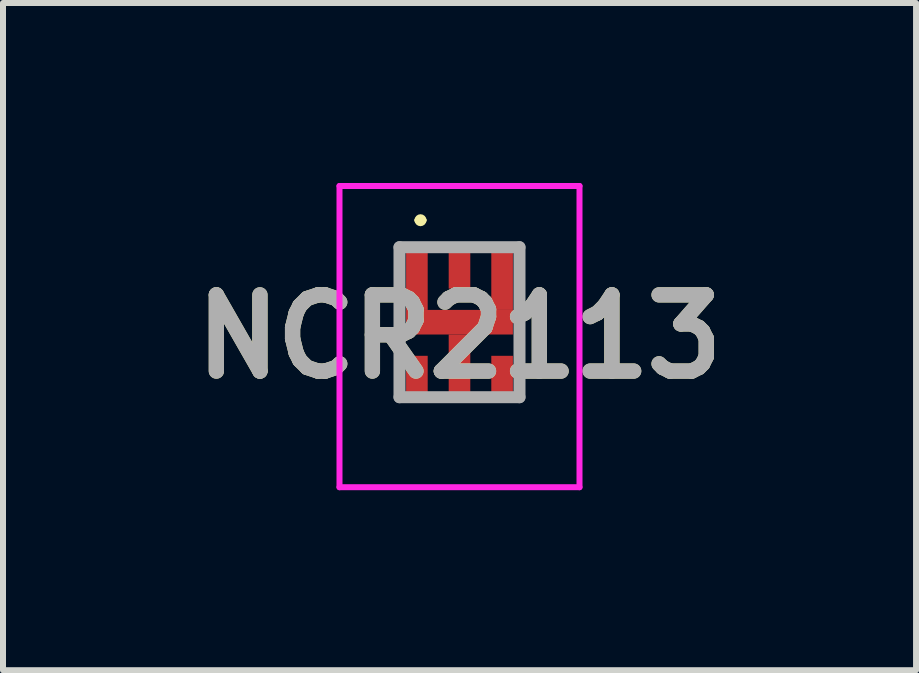
<source format=kicad_pcb>
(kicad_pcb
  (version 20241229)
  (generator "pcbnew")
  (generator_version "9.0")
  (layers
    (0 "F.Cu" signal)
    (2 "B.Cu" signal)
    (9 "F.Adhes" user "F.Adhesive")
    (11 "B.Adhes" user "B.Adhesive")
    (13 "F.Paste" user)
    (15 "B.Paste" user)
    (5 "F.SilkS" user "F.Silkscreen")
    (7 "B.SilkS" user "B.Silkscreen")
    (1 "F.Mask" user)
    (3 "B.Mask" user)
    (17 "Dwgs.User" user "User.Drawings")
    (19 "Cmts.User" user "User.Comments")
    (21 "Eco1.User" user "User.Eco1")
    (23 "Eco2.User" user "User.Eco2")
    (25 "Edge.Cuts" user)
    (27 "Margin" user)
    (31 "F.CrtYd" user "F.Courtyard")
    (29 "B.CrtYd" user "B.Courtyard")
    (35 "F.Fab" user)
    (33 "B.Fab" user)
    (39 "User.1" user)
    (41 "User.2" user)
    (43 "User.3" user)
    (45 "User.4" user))
  (footprint "NCR2113"
    (layer "F.Cu")
    (at 4.608 2.32)
    (property "Reference" "NCR2113" (at 0 0.24 0) (layer "F.SilkS") (effects (font (size 1.27 1.27) (thickness 0.254))))
    (attr smd)
    (fp_line (start -1 0.4) (end -1 0.3) (stroke (width 0.1) (type solid)) (layer "F.SilkS"))
    (fp_line (start -0.7 -1.7) (end -0.7 -1.7) (stroke (width 0.1) (type solid)) (layer "F.SilkS"))
    (fp_line (start -0.6 -1.7) (end -0.6 -1.7) (stroke (width 0.1) (type solid)) (layer "F.SilkS"))
    (fp_line (start 1 0.5) (end 1 0.3) (stroke (width 0.1) (type solid)) (layer "F.SilkS"))
    (fp_arc (start -0.7 -1.7) (mid -0.65 -1.75) (end -0.6 -1.7) (stroke (width 0.1) (type solid)) (layer "F.SilkS"))
    (fp_arc (start -0.6 -1.7) (mid -0.65 -1.65) (end -0.7 -1.7) (stroke (width 0.1) (type solid)) (layer "F.SilkS"))
    (fp_line (start -2 -2.27) (end -2 2.75) (stroke (width 0.1) (type solid)) (layer "F.CrtYd"))
    (fp_line (start -2 2.75) (end 2 2.75) (stroke (width 0.1) (type solid)) (layer "F.CrtYd"))
    (fp_line (start 2 -2.27) (end -2 -2.27) (stroke (width 0.1) (type solid)) (layer "F.CrtYd"))
    (fp_line (start 2 2.75) (end 2 -2.27) (stroke (width 0.1) (type solid)) (layer "F.CrtYd"))
    (fp_line (start -1 -1.25) (end -1 1.25) (stroke (width 0.2) (type solid)) (layer "F.Fab"))
    (fp_line (start -1 1.25) (end 1 1.25) (stroke (width 0.2) (type solid)) (layer "F.Fab"))
    (fp_line (start 1 -1.25) (end -1 -1.25) (stroke (width 0.2) (type solid)) (layer "F.Fab"))
    (fp_line (start 1 1.25) (end 1 -1.25) (stroke (width 0.2) (type solid)) (layer "F.Fab"))
    (fp_text user "${REFERENCE}" (at 0 0.24 0) (layer "F.Fab") (effects (font (size 1.27 1.27) (thickness 0.254))))
    (pad "1" smd rect (at -0.71 -0.737) (size 0.36 1.065) (layers "F.Cu" "F.Mask" "F.Paste"))
    (pad "2" smd rect (at 0 -0.915) (size 0.36 0.71) (layers "F.Cu" "F.Mask" "F.Paste"))
    (pad "3" smd rect (at 0.71 -0.737) (size 0.36 1.065) (layers "F.Cu" "F.Mask" "F.Paste"))
    (pad "4" smd rect (at 0.71 0.915) (size 0.36 0.71) (layers "F.Cu" "F.Mask" "F.Paste"))
    (pad "5" smd rect (at 0 0.737) (size 0.36 1.065) (layers "F.Cu" "F.Mask" "F.Paste"))
    (pad "6" smd rect (at -0.71 0.915) (size 0.36 0.71) (layers "F.Cu" "F.Mask" "F.Paste"))
    (pad "7" smd rect (at 0 0 90) (size 0.41 1.78) (layers "F.Cu" "F.Mask" "F.Paste")))
  (gr_rect
    (start -3 -3)
    (end 12.217 8.12)
    (stroke (width 0.1) (type default))
    (fill no)
    (layer "Edge.Cuts")))
</source>
